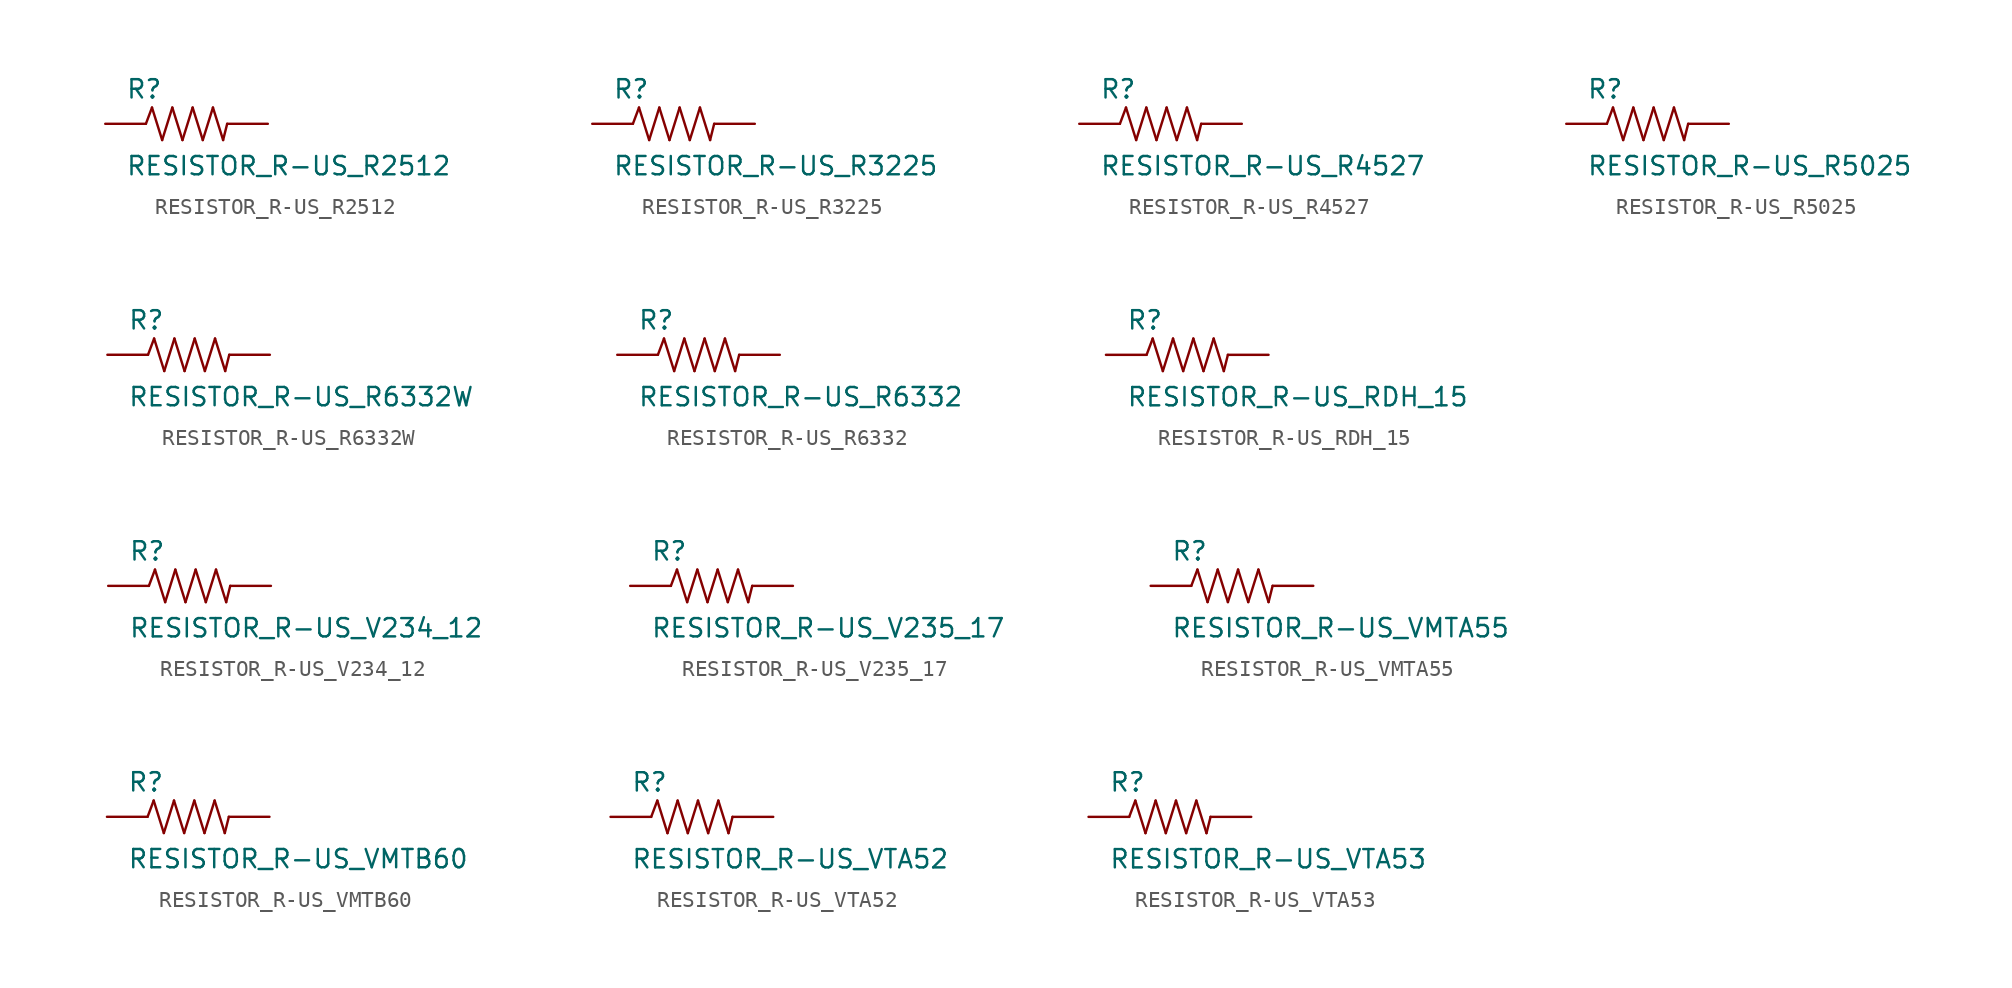
<source format=kicad_sym>
(kicad_symbol_lib
  (version 20210619)
  (generator kicad_symbol_editor)
  (symbol "RESISTOR_R-US_R2512"
    (pin_numbers hide)
    (pin_names
      (offset 1.016) hide)
    (property "Reference" "R"
      (at -3.81 1.499 0)
      (effects (font (size 1.143 1.143)) (justify left bottom)))
    (property "Value" "RESISTOR_R-US_R2512"
      (at -3.81 -3.302 0)
      (effects (font (size 1.143 1.143)) (justify left bottom)))
    (property "ki_locked" ""
      (at 0 0 0)
      (effects (font (size 1.27 1.27))))
    (symbol "RESISTOR_R-US_R2512_1_0"
      (polyline (pts (xy -2.54 0) (xy -2.159 1.016)) (stroke (width 0)) (fill (type none)))
      (polyline (pts (xy -2.159 1.016) (xy -1.524 -1.016)) (stroke (width 0)) (fill (type none)))
      (polyline (pts (xy -1.524 -1.016) (xy -0.889 1.016)) (stroke (width 0)) (fill (type none)))
      (polyline (pts (xy -0.889 1.016) (xy -0.254 -1.016)) (stroke (width 0)) (fill (type none)))
      (polyline (pts (xy -0.254 -1.016) (xy 0.381 1.016)) (stroke (width 0)) (fill (type none)))
      (polyline (pts (xy 0.381 1.016) (xy 1.016 -1.016)) (stroke (width 0)) (fill (type none)))
      (polyline (pts (xy 1.016 -1.016) (xy 1.651 1.016)) (stroke (width 0)) (fill (type none)))
      (polyline (pts (xy 1.651 1.016) (xy 2.286 -1.016)) (stroke (width 0)) (fill (type none)))
      (polyline (pts (xy 2.286 -1.016) (xy 2.54 0)) (stroke (width 0)) (fill (type none))))
    (symbol "RESISTOR_R-US_R2512_1_1"
      (pin passive line (at -5.08 0 0) (length 2.54) (name "1" (effects (font (size 1.016 1.016)))) (number "1" (effects (font (size 1.016 1.016)))))
      (pin passive line (at 5.08 0 180) (length 2.54) (name "2" (effects (font (size 1.016 1.016)))) (number "2" (effects (font (size 1.016 1.016)))))))
  (symbol "RESISTOR_R-US_R3225"
    (pin_numbers hide)
    (pin_names
      (offset 1.016) hide)
    (property "Reference" "R"
      (at -3.81 1.499 0)
      (effects (font (size 1.143 1.143)) (justify left bottom)))
    (property "Value" "RESISTOR_R-US_R3225"
      (at -3.81 -3.302 0)
      (effects (font (size 1.143 1.143)) (justify left bottom)))
    (property "ki_locked" ""
      (at 0 0 0)
      (effects (font (size 1.27 1.27))))
    (symbol "RESISTOR_R-US_R3225_1_0"
      (polyline (pts (xy -2.54 0) (xy -2.159 1.016)) (stroke (width 0)) (fill (type none)))
      (polyline (pts (xy -2.159 1.016) (xy -1.524 -1.016)) (stroke (width 0)) (fill (type none)))
      (polyline (pts (xy -1.524 -1.016) (xy -0.889 1.016)) (stroke (width 0)) (fill (type none)))
      (polyline (pts (xy -0.889 1.016) (xy -0.254 -1.016)) (stroke (width 0)) (fill (type none)))
      (polyline (pts (xy -0.254 -1.016) (xy 0.381 1.016)) (stroke (width 0)) (fill (type none)))
      (polyline (pts (xy 0.381 1.016) (xy 1.016 -1.016)) (stroke (width 0)) (fill (type none)))
      (polyline (pts (xy 1.016 -1.016) (xy 1.651 1.016)) (stroke (width 0)) (fill (type none)))
      (polyline (pts (xy 1.651 1.016) (xy 2.286 -1.016)) (stroke (width 0)) (fill (type none)))
      (polyline (pts (xy 2.286 -1.016) (xy 2.54 0)) (stroke (width 0)) (fill (type none))))
    (symbol "RESISTOR_R-US_R3225_1_1"
      (pin passive line (at -5.08 0 0) (length 2.54) (name "1" (effects (font (size 1.016 1.016)))) (number "1" (effects (font (size 1.016 1.016)))))
      (pin passive line (at 5.08 0 180) (length 2.54) (name "2" (effects (font (size 1.016 1.016)))) (number "2" (effects (font (size 1.016 1.016)))))))
  (symbol "RESISTOR_R-US_R4527"
    (pin_numbers hide)
    (pin_names
      (offset 1.016) hide)
    (property "Reference" "R"
      (at -3.81 1.499 0)
      (effects (font (size 1.143 1.143)) (justify left bottom)))
    (property "Value" "RESISTOR_R-US_R4527"
      (at -3.81 -3.302 0)
      (effects (font (size 1.143 1.143)) (justify left bottom)))
    (property "ki_locked" ""
      (at 0 0 0)
      (effects (font (size 1.27 1.27))))
    (symbol "RESISTOR_R-US_R4527_1_0"
      (polyline (pts (xy -2.54 0) (xy -2.159 1.016)) (stroke (width 0)) (fill (type none)))
      (polyline (pts (xy -2.159 1.016) (xy -1.524 -1.016)) (stroke (width 0)) (fill (type none)))
      (polyline (pts (xy -1.524 -1.016) (xy -0.889 1.016)) (stroke (width 0)) (fill (type none)))
      (polyline (pts (xy -0.889 1.016) (xy -0.254 -1.016)) (stroke (width 0)) (fill (type none)))
      (polyline (pts (xy -0.254 -1.016) (xy 0.381 1.016)) (stroke (width 0)) (fill (type none)))
      (polyline (pts (xy 0.381 1.016) (xy 1.016 -1.016)) (stroke (width 0)) (fill (type none)))
      (polyline (pts (xy 1.016 -1.016) (xy 1.651 1.016)) (stroke (width 0)) (fill (type none)))
      (polyline (pts (xy 1.651 1.016) (xy 2.286 -1.016)) (stroke (width 0)) (fill (type none)))
      (polyline (pts (xy 2.286 -1.016) (xy 2.54 0)) (stroke (width 0)) (fill (type none))))
    (symbol "RESISTOR_R-US_R4527_1_1"
      (pin passive line (at -5.08 0 0) (length 2.54) (name "1" (effects (font (size 1.016 1.016)))) (number "1" (effects (font (size 1.016 1.016)))))
      (pin passive line (at 5.08 0 180) (length 2.54) (name "2" (effects (font (size 1.016 1.016)))) (number "2" (effects (font (size 1.016 1.016)))))))
  (symbol "RESISTOR_R-US_R5025"
    (pin_numbers hide)
    (pin_names
      (offset 1.016) hide)
    (property "Reference" "R"
      (at -3.81 1.499 0)
      (effects (font (size 1.143 1.143)) (justify left bottom)))
    (property "Value" "RESISTOR_R-US_R5025"
      (at -3.81 -3.302 0)
      (effects (font (size 1.143 1.143)) (justify left bottom)))
    (property "ki_locked" ""
      (at 0 0 0)
      (effects (font (size 1.27 1.27))))
    (symbol "RESISTOR_R-US_R5025_1_0"
      (polyline (pts (xy -2.54 0) (xy -2.159 1.016)) (stroke (width 0)) (fill (type none)))
      (polyline (pts (xy -2.159 1.016) (xy -1.524 -1.016)) (stroke (width 0)) (fill (type none)))
      (polyline (pts (xy -1.524 -1.016) (xy -0.889 1.016)) (stroke (width 0)) (fill (type none)))
      (polyline (pts (xy -0.889 1.016) (xy -0.254 -1.016)) (stroke (width 0)) (fill (type none)))
      (polyline (pts (xy -0.254 -1.016) (xy 0.381 1.016)) (stroke (width 0)) (fill (type none)))
      (polyline (pts (xy 0.381 1.016) (xy 1.016 -1.016)) (stroke (width 0)) (fill (type none)))
      (polyline (pts (xy 1.016 -1.016) (xy 1.651 1.016)) (stroke (width 0)) (fill (type none)))
      (polyline (pts (xy 1.651 1.016) (xy 2.286 -1.016)) (stroke (width 0)) (fill (type none)))
      (polyline (pts (xy 2.286 -1.016) (xy 2.54 0)) (stroke (width 0)) (fill (type none))))
    (symbol "RESISTOR_R-US_R5025_1_1"
      (pin passive line (at -5.08 0 0) (length 2.54) (name "1" (effects (font (size 1.016 1.016)))) (number "1" (effects (font (size 1.016 1.016)))))
      (pin passive line (at 5.08 0 180) (length 2.54) (name "2" (effects (font (size 1.016 1.016)))) (number "2" (effects (font (size 1.016 1.016)))))))
  (symbol "RESISTOR_R-US_R6332W"
    (pin_numbers hide)
    (pin_names
      (offset 1.016) hide)
    (property "Reference" "R"
      (at -3.81 1.499 0)
      (effects (font (size 1.143 1.143)) (justify left bottom)))
    (property "Value" "RESISTOR_R-US_R6332W"
      (at -3.81 -3.302 0)
      (effects (font (size 1.143 1.143)) (justify left bottom)))
    (property "ki_locked" ""
      (at 0 0 0)
      (effects (font (size 1.27 1.27))))
    (symbol "RESISTOR_R-US_R6332W_1_0"
      (polyline (pts (xy -2.54 0) (xy -2.159 1.016)) (stroke (width 0)) (fill (type none)))
      (polyline (pts (xy -2.159 1.016) (xy -1.524 -1.016)) (stroke (width 0)) (fill (type none)))
      (polyline (pts (xy -1.524 -1.016) (xy -0.889 1.016)) (stroke (width 0)) (fill (type none)))
      (polyline (pts (xy -0.889 1.016) (xy -0.254 -1.016)) (stroke (width 0)) (fill (type none)))
      (polyline (pts (xy -0.254 -1.016) (xy 0.381 1.016)) (stroke (width 0)) (fill (type none)))
      (polyline (pts (xy 0.381 1.016) (xy 1.016 -1.016)) (stroke (width 0)) (fill (type none)))
      (polyline (pts (xy 1.016 -1.016) (xy 1.651 1.016)) (stroke (width 0)) (fill (type none)))
      (polyline (pts (xy 1.651 1.016) (xy 2.286 -1.016)) (stroke (width 0)) (fill (type none)))
      (polyline (pts (xy 2.286 -1.016) (xy 2.54 0)) (stroke (width 0)) (fill (type none))))
    (symbol "RESISTOR_R-US_R6332W_1_1"
      (pin passive line (at -5.08 0 0) (length 2.54) (name "1" (effects (font (size 1.016 1.016)))) (number "1" (effects (font (size 1.016 1.016)))))
      (pin passive line (at 5.08 0 180) (length 2.54) (name "2" (effects (font (size 1.016 1.016)))) (number "2" (effects (font (size 1.016 1.016)))))))
  (symbol "RESISTOR_R-US_R6332"
    (pin_numbers hide)
    (pin_names
      (offset 1.016) hide)
    (property "Reference" "R"
      (at -3.81 1.499 0)
      (effects (font (size 1.143 1.143)) (justify left bottom)))
    (property "Value" "RESISTOR_R-US_R6332"
      (at -3.81 -3.302 0)
      (effects (font (size 1.143 1.143)) (justify left bottom)))
    (property "ki_locked" ""
      (at 0 0 0)
      (effects (font (size 1.27 1.27))))
    (symbol "RESISTOR_R-US_R6332_1_0"
      (polyline (pts (xy -2.54 0) (xy -2.159 1.016)) (stroke (width 0)) (fill (type none)))
      (polyline (pts (xy -2.159 1.016) (xy -1.524 -1.016)) (stroke (width 0)) (fill (type none)))
      (polyline (pts (xy -1.524 -1.016) (xy -0.889 1.016)) (stroke (width 0)) (fill (type none)))
      (polyline (pts (xy -0.889 1.016) (xy -0.254 -1.016)) (stroke (width 0)) (fill (type none)))
      (polyline (pts (xy -0.254 -1.016) (xy 0.381 1.016)) (stroke (width 0)) (fill (type none)))
      (polyline (pts (xy 0.381 1.016) (xy 1.016 -1.016)) (stroke (width 0)) (fill (type none)))
      (polyline (pts (xy 1.016 -1.016) (xy 1.651 1.016)) (stroke (width 0)) (fill (type none)))
      (polyline (pts (xy 1.651 1.016) (xy 2.286 -1.016)) (stroke (width 0)) (fill (type none)))
      (polyline (pts (xy 2.286 -1.016) (xy 2.54 0)) (stroke (width 0)) (fill (type none))))
    (symbol "RESISTOR_R-US_R6332_1_1"
      (pin passive line (at -5.08 0 0) (length 2.54) (name "1" (effects (font (size 1.016 1.016)))) (number "1" (effects (font (size 1.016 1.016)))))
      (pin passive line (at 5.08 0 180) (length 2.54) (name "2" (effects (font (size 1.016 1.016)))) (number "2" (effects (font (size 1.016 1.016)))))))
  (symbol "RESISTOR_R-US_RDH_15"
    (pin_numbers hide)
    (pin_names
      (offset 1.016) hide)
    (property "Reference" "R"
      (at -3.81 1.499 0)
      (effects (font (size 1.143 1.143)) (justify left bottom)))
    (property "Value" "RESISTOR_R-US_RDH_15"
      (at -3.81 -3.302 0)
      (effects (font (size 1.143 1.143)) (justify left bottom)))
    (property "ki_locked" ""
      (at 0 0 0)
      (effects (font (size 1.27 1.27))))
    (symbol "RESISTOR_R-US_RDH_15_1_0"
      (polyline (pts (xy -2.54 0) (xy -2.159 1.016)) (stroke (width 0)) (fill (type none)))
      (polyline (pts (xy -2.159 1.016) (xy -1.524 -1.016)) (stroke (width 0)) (fill (type none)))
      (polyline (pts (xy -1.524 -1.016) (xy -0.889 1.016)) (stroke (width 0)) (fill (type none)))
      (polyline (pts (xy -0.889 1.016) (xy -0.254 -1.016)) (stroke (width 0)) (fill (type none)))
      (polyline (pts (xy -0.254 -1.016) (xy 0.381 1.016)) (stroke (width 0)) (fill (type none)))
      (polyline (pts (xy 0.381 1.016) (xy 1.016 -1.016)) (stroke (width 0)) (fill (type none)))
      (polyline (pts (xy 1.016 -1.016) (xy 1.651 1.016)) (stroke (width 0)) (fill (type none)))
      (polyline (pts (xy 1.651 1.016) (xy 2.286 -1.016)) (stroke (width 0)) (fill (type none)))
      (polyline (pts (xy 2.286 -1.016) (xy 2.54 0)) (stroke (width 0)) (fill (type none))))
    (symbol "RESISTOR_R-US_RDH_15_1_1"
      (pin passive line (at -5.08 0 0) (length 2.54) (name "1" (effects (font (size 1.016 1.016)))) (number "1" (effects (font (size 1.016 1.016)))))
      (pin passive line (at 5.08 0 180) (length 2.54) (name "2" (effects (font (size 1.016 1.016)))) (number "2" (effects (font (size 1.016 1.016)))))))
  (symbol "RESISTOR_R-US_V234_12"
    (pin_numbers hide)
    (pin_names
      (offset 1.016) hide)
    (property "Reference" "R"
      (at -3.81 1.499 0)
      (effects (font (size 1.143 1.143)) (justify left bottom)))
    (property "Value" "RESISTOR_R-US_V234_12"
      (at -3.81 -3.302 0)
      (effects (font (size 1.143 1.143)) (justify left bottom)))
    (property "ki_locked" ""
      (at 0 0 0)
      (effects (font (size 1.27 1.27))))
    (symbol "RESISTOR_R-US_V234_12_1_0"
      (polyline (pts (xy -2.54 0) (xy -2.159 1.016)) (stroke (width 0)) (fill (type none)))
      (polyline (pts (xy -2.159 1.016) (xy -1.524 -1.016)) (stroke (width 0)) (fill (type none)))
      (polyline (pts (xy -1.524 -1.016) (xy -0.889 1.016)) (stroke (width 0)) (fill (type none)))
      (polyline (pts (xy -0.889 1.016) (xy -0.254 -1.016)) (stroke (width 0)) (fill (type none)))
      (polyline (pts (xy -0.254 -1.016) (xy 0.381 1.016)) (stroke (width 0)) (fill (type none)))
      (polyline (pts (xy 0.381 1.016) (xy 1.016 -1.016)) (stroke (width 0)) (fill (type none)))
      (polyline (pts (xy 1.016 -1.016) (xy 1.651 1.016)) (stroke (width 0)) (fill (type none)))
      (polyline (pts (xy 1.651 1.016) (xy 2.286 -1.016)) (stroke (width 0)) (fill (type none)))
      (polyline (pts (xy 2.286 -1.016) (xy 2.54 0)) (stroke (width 0)) (fill (type none))))
    (symbol "RESISTOR_R-US_V234_12_1_1"
      (pin passive line (at -5.08 0 0) (length 2.54) (name "1" (effects (font (size 1.016 1.016)))) (number "1" (effects (font (size 1.016 1.016)))))
      (pin passive line (at 5.08 0 180) (length 2.54) (name "2" (effects (font (size 1.016 1.016)))) (number "2" (effects (font (size 1.016 1.016)))))))
  (symbol "RESISTOR_R-US_V235_17"
    (pin_numbers hide)
    (pin_names
      (offset 1.016) hide)
    (property "Reference" "R"
      (at -3.81 1.499 0)
      (effects (font (size 1.143 1.143)) (justify left bottom)))
    (property "Value" "RESISTOR_R-US_V235_17"
      (at -3.81 -3.302 0)
      (effects (font (size 1.143 1.143)) (justify left bottom)))
    (property "ki_locked" ""
      (at 0 0 0)
      (effects (font (size 1.27 1.27))))
    (symbol "RESISTOR_R-US_V235_17_1_0"
      (polyline (pts (xy -2.54 0) (xy -2.159 1.016)) (stroke (width 0)) (fill (type none)))
      (polyline (pts (xy -2.159 1.016) (xy -1.524 -1.016)) (stroke (width 0)) (fill (type none)))
      (polyline (pts (xy -1.524 -1.016) (xy -0.889 1.016)) (stroke (width 0)) (fill (type none)))
      (polyline (pts (xy -0.889 1.016) (xy -0.254 -1.016)) (stroke (width 0)) (fill (type none)))
      (polyline (pts (xy -0.254 -1.016) (xy 0.381 1.016)) (stroke (width 0)) (fill (type none)))
      (polyline (pts (xy 0.381 1.016) (xy 1.016 -1.016)) (stroke (width 0)) (fill (type none)))
      (polyline (pts (xy 1.016 -1.016) (xy 1.651 1.016)) (stroke (width 0)) (fill (type none)))
      (polyline (pts (xy 1.651 1.016) (xy 2.286 -1.016)) (stroke (width 0)) (fill (type none)))
      (polyline (pts (xy 2.286 -1.016) (xy 2.54 0)) (stroke (width 0)) (fill (type none))))
    (symbol "RESISTOR_R-US_V235_17_1_1"
      (pin passive line (at -5.08 0 0) (length 2.54) (name "1" (effects (font (size 1.016 1.016)))) (number "1" (effects (font (size 1.016 1.016)))))
      (pin passive line (at 5.08 0 180) (length 2.54) (name "2" (effects (font (size 1.016 1.016)))) (number "2" (effects (font (size 1.016 1.016)))))))
  (symbol "RESISTOR_R-US_VMTA55"
    (pin_numbers hide)
    (pin_names
      (offset 1.016) hide)
    (property "Reference" "R"
      (at -3.81 1.499 0)
      (effects (font (size 1.143 1.143)) (justify left bottom)))
    (property "Value" "RESISTOR_R-US_VMTA55"
      (at -3.81 -3.302 0)
      (effects (font (size 1.143 1.143)) (justify left bottom)))
    (property "ki_locked" ""
      (at 0 0 0)
      (effects (font (size 1.27 1.27))))
    (symbol "RESISTOR_R-US_VMTA55_1_0"
      (polyline (pts (xy -2.54 0) (xy -2.159 1.016)) (stroke (width 0)) (fill (type none)))
      (polyline (pts (xy -2.159 1.016) (xy -1.524 -1.016)) (stroke (width 0)) (fill (type none)))
      (polyline (pts (xy -1.524 -1.016) (xy -0.889 1.016)) (stroke (width 0)) (fill (type none)))
      (polyline (pts (xy -0.889 1.016) (xy -0.254 -1.016)) (stroke (width 0)) (fill (type none)))
      (polyline (pts (xy -0.254 -1.016) (xy 0.381 1.016)) (stroke (width 0)) (fill (type none)))
      (polyline (pts (xy 0.381 1.016) (xy 1.016 -1.016)) (stroke (width 0)) (fill (type none)))
      (polyline (pts (xy 1.016 -1.016) (xy 1.651 1.016)) (stroke (width 0)) (fill (type none)))
      (polyline (pts (xy 1.651 1.016) (xy 2.286 -1.016)) (stroke (width 0)) (fill (type none)))
      (polyline (pts (xy 2.286 -1.016) (xy 2.54 0)) (stroke (width 0)) (fill (type none))))
    (symbol "RESISTOR_R-US_VMTA55_1_1"
      (pin passive line (at -5.08 0 0) (length 2.54) (name "1" (effects (font (size 1.016 1.016)))) (number "1" (effects (font (size 1.016 1.016)))))
      (pin passive line (at 5.08 0 180) (length 2.54) (name "2" (effects (font (size 1.016 1.016)))) (number "2" (effects (font (size 1.016 1.016)))))))
  (symbol "RESISTOR_R-US_VMTB60"
    (pin_numbers hide)
    (pin_names
      (offset 1.016) hide)
    (property "Reference" "R"
      (at -3.81 1.499 0)
      (effects (font (size 1.143 1.143)) (justify left bottom)))
    (property "Value" "RESISTOR_R-US_VMTB60"
      (at -3.81 -3.302 0)
      (effects (font (size 1.143 1.143)) (justify left bottom)))
    (property "ki_locked" ""
      (at 0 0 0)
      (effects (font (size 1.27 1.27))))
    (symbol "RESISTOR_R-US_VMTB60_1_0"
      (polyline (pts (xy -2.54 0) (xy -2.159 1.016)) (stroke (width 0)) (fill (type none)))
      (polyline (pts (xy -2.159 1.016) (xy -1.524 -1.016)) (stroke (width 0)) (fill (type none)))
      (polyline (pts (xy -1.524 -1.016) (xy -0.889 1.016)) (stroke (width 0)) (fill (type none)))
      (polyline (pts (xy -0.889 1.016) (xy -0.254 -1.016)) (stroke (width 0)) (fill (type none)))
      (polyline (pts (xy -0.254 -1.016) (xy 0.381 1.016)) (stroke (width 0)) (fill (type none)))
      (polyline (pts (xy 0.381 1.016) (xy 1.016 -1.016)) (stroke (width 0)) (fill (type none)))
      (polyline (pts (xy 1.016 -1.016) (xy 1.651 1.016)) (stroke (width 0)) (fill (type none)))
      (polyline (pts (xy 1.651 1.016) (xy 2.286 -1.016)) (stroke (width 0)) (fill (type none)))
      (polyline (pts (xy 2.286 -1.016) (xy 2.54 0)) (stroke (width 0)) (fill (type none))))
    (symbol "RESISTOR_R-US_VMTB60_1_1"
      (pin passive line (at -5.08 0 0) (length 2.54) (name "1" (effects (font (size 1.016 1.016)))) (number "1" (effects (font (size 1.016 1.016)))))
      (pin passive line (at 5.08 0 180) (length 2.54) (name "2" (effects (font (size 1.016 1.016)))) (number "2" (effects (font (size 1.016 1.016)))))))
  (symbol "RESISTOR_R-US_VTA52"
    (pin_numbers hide)
    (pin_names
      (offset 1.016) hide)
    (property "Reference" "R"
      (at -3.81 1.499 0)
      (effects (font (size 1.143 1.143)) (justify left bottom)))
    (property "Value" "RESISTOR_R-US_VTA52"
      (at -3.81 -3.302 0)
      (effects (font (size 1.143 1.143)) (justify left bottom)))
    (property "ki_locked" ""
      (at 0 0 0)
      (effects (font (size 1.27 1.27))))
    (symbol "RESISTOR_R-US_VTA52_1_0"
      (polyline (pts (xy -2.54 0) (xy -2.159 1.016)) (stroke (width 0)) (fill (type none)))
      (polyline (pts (xy -2.159 1.016) (xy -1.524 -1.016)) (stroke (width 0)) (fill (type none)))
      (polyline (pts (xy -1.524 -1.016) (xy -0.889 1.016)) (stroke (width 0)) (fill (type none)))
      (polyline (pts (xy -0.889 1.016) (xy -0.254 -1.016)) (stroke (width 0)) (fill (type none)))
      (polyline (pts (xy -0.254 -1.016) (xy 0.381 1.016)) (stroke (width 0)) (fill (type none)))
      (polyline (pts (xy 0.381 1.016) (xy 1.016 -1.016)) (stroke (width 0)) (fill (type none)))
      (polyline (pts (xy 1.016 -1.016) (xy 1.651 1.016)) (stroke (width 0)) (fill (type none)))
      (polyline (pts (xy 1.651 1.016) (xy 2.286 -1.016)) (stroke (width 0)) (fill (type none)))
      (polyline (pts (xy 2.286 -1.016) (xy 2.54 0)) (stroke (width 0)) (fill (type none))))
    (symbol "RESISTOR_R-US_VTA52_1_1"
      (pin passive line (at -5.08 0 0) (length 2.54) (name "1" (effects (font (size 1.016 1.016)))) (number "1" (effects (font (size 1.016 1.016)))))
      (pin passive line (at 5.08 0 180) (length 2.54) (name "2" (effects (font (size 1.016 1.016)))) (number "2" (effects (font (size 1.016 1.016)))))))
  (symbol "RESISTOR_R-US_VTA53"
    (pin_numbers hide)
    (pin_names
      (offset 1.016) hide)
    (property "Reference" "R"
      (at -3.81 1.499 0)
      (effects (font (size 1.143 1.143)) (justify left bottom)))
    (property "Value" "RESISTOR_R-US_VTA53"
      (at -3.81 -3.302 0)
      (effects (font (size 1.143 1.143)) (justify left bottom)))
    (property "ki_locked" ""
      (at 0 0 0)
      (effects (font (size 1.27 1.27))))
    (symbol "RESISTOR_R-US_VTA53_1_0"
      (polyline (pts (xy -2.54 0) (xy -2.159 1.016)) (stroke (width 0)) (fill (type none)))
      (polyline (pts (xy -2.159 1.016) (xy -1.524 -1.016)) (stroke (width 0)) (fill (type none)))
      (polyline (pts (xy -1.524 -1.016) (xy -0.889 1.016)) (stroke (width 0)) (fill (type none)))
      (polyline (pts (xy -0.889 1.016) (xy -0.254 -1.016)) (stroke (width 0)) (fill (type none)))
      (polyline (pts (xy -0.254 -1.016) (xy 0.381 1.016)) (stroke (width 0)) (fill (type none)))
      (polyline (pts (xy 0.381 1.016) (xy 1.016 -1.016)) (stroke (width 0)) (fill (type none)))
      (polyline (pts (xy 1.016 -1.016) (xy 1.651 1.016)) (stroke (width 0)) (fill (type none)))
      (polyline (pts (xy 1.651 1.016) (xy 2.286 -1.016)) (stroke (width 0)) (fill (type none)))
      (polyline (pts (xy 2.286 -1.016) (xy 2.54 0)) (stroke (width 0)) (fill (type none))))
    (symbol "RESISTOR_R-US_VTA53_1_1"
      (pin passive line (at -5.08 0 0) (length 2.54) (name "1" (effects (font (size 1.016 1.016)))) (number "1" (effects (font (size 1.016 1.016)))))
      (pin passive line (at 5.08 0 180) (length 2.54) (name "2" (effects (font (size 1.016 1.016)))) (number "2" (effects (font (size 1.016 1.016))))))))
</source>
